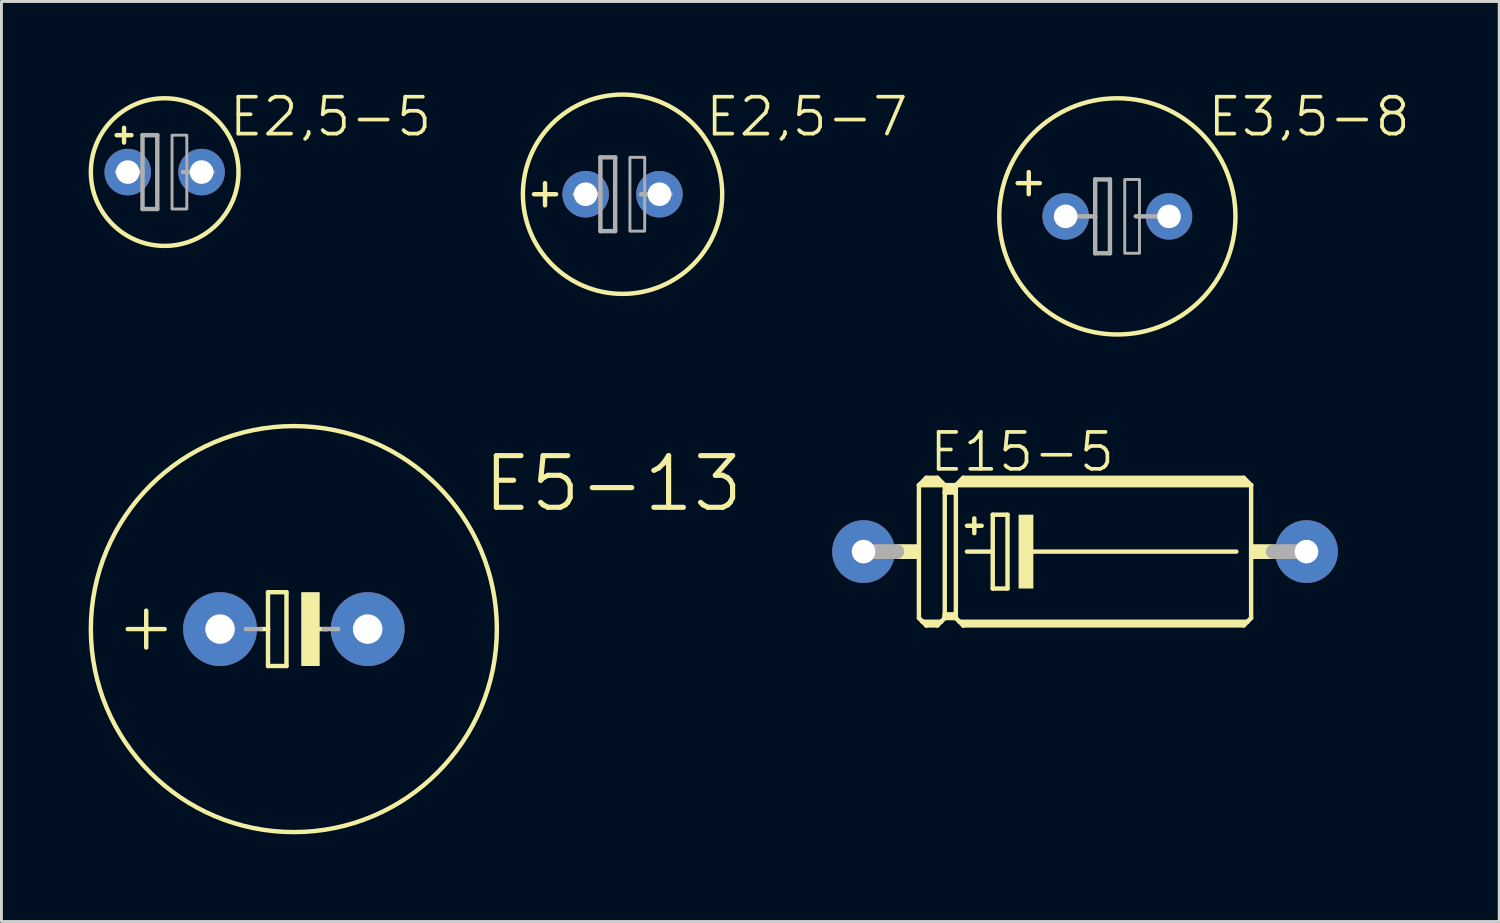
<source format=kicad_pcb>
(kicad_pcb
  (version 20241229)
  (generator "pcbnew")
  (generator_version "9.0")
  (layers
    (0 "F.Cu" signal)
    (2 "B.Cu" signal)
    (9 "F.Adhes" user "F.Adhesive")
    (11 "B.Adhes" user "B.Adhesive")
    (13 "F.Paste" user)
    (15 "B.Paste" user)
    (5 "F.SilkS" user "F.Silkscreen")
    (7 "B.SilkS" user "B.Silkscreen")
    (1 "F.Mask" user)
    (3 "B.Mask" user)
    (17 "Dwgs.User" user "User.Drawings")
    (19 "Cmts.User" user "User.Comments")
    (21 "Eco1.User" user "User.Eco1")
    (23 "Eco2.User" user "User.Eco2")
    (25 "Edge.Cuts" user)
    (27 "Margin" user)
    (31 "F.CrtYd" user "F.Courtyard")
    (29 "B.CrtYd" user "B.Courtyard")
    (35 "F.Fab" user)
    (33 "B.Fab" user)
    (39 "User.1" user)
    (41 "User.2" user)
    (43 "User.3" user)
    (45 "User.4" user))
  (footprint "E2,5-7"
    (layer "F.Cu")
    (at 18.371 3.633)
    (property "Reference" "E2,5-7" (at 6.344 -2.667 0) (layer "F.SilkS") (effects (font (size 1.27 1.27) (thickness 0.127))))
    (attr through_hole)
    (fp_line (start -3.048 0) (end -2.286 0) (stroke (width 0.152) (type solid)) (layer "F.SilkS"))
    (fp_line (start -2.667 0.381) (end -2.667 -0.381) (stroke (width 0.152) (type solid)) (layer "F.SilkS"))
    (fp_circle (center 0 0) (end 3.429 0) (stroke (width 0.152) (type solid)) (fill no) (layer "F.SilkS"))
    (fp_line (start -1.651 0) (end -0.762 0) (stroke (width 0.152) (type solid)) (layer "F.Fab"))
    (fp_line (start -0.762 -1.27) (end -0.762 0) (stroke (width 0.152) (type solid)) (layer "F.Fab"))
    (fp_line (start -0.762 0) (end -0.762 1.27) (stroke (width 0.152) (type solid)) (layer "F.Fab"))
    (fp_line (start -0.762 1.27) (end -0.254 1.27) (stroke (width 0.152) (type solid)) (layer "F.Fab"))
    (fp_line (start -0.254 -1.27) (end -0.762 -1.27) (stroke (width 0.152) (type solid)) (layer "F.Fab"))
    (fp_line (start -0.254 1.27) (end -0.254 -1.27) (stroke (width 0.152) (type solid)) (layer "F.Fab"))
    (fp_line (start 0.635 0) (end 1.651 0) (stroke (width 0.152) (type solid)) (layer "F.Fab"))
    (fp_poly (pts (xy 0.254 -1.27) (xy 0.762 -1.27) (xy 0.762 1.27) (xy 0.254 1.27)) (stroke (width 0.1) (type solid)) (fill no) (layer "F.Fab"))
    (pad "+" thru_hole circle (at -1.27 0) (size 1.6 1.6) (drill 0.813) (layers "*.Cu" "*.Mask"))
    (pad "-" thru_hole circle (at 1.27 0) (size 1.6 1.6) (drill 0.813) (layers "*.Cu" "*.Mask")))
  (footprint "E2,5-5"
    (layer "F.Cu")
    (at 2.616 2.871)
    (property "Reference" "E2,5-5" (at 5.709 -1.905 0) (layer "F.SilkS") (effects (font (size 1.27 1.27) (thickness 0.127))))
    (attr through_hole)
    (fp_line (start -1.651 -1.27) (end -1.397 -1.27) (stroke (width 0.152) (type solid)) (layer "F.SilkS"))
    (fp_line (start -1.397 -1.27) (end -1.397 -1.524) (stroke (width 0.152) (type solid)) (layer "F.SilkS"))
    (fp_line (start -1.397 -1.27) (end -1.143 -1.27) (stroke (width 0.152) (type solid)) (layer "F.SilkS"))
    (fp_line (start -1.397 -1.016) (end -1.397 -1.27) (stroke (width 0.152) (type solid)) (layer "F.SilkS"))
    (fp_circle (center 0 0) (end 2.54 0) (stroke (width 0.152) (type solid)) (fill no) (layer "F.SilkS"))
    (fp_line (start -1.651 0) (end -0.762 0) (stroke (width 0.152) (type solid)) (layer "F.Fab"))
    (fp_line (start -0.762 -1.27) (end -0.762 0) (stroke (width 0.152) (type solid)) (layer "F.Fab"))
    (fp_line (start -0.762 0) (end -0.762 1.27) (stroke (width 0.152) (type solid)) (layer "F.Fab"))
    (fp_line (start -0.762 1.27) (end -0.254 1.27) (stroke (width 0.152) (type solid)) (layer "F.Fab"))
    (fp_line (start -0.254 -1.27) (end -0.762 -1.27) (stroke (width 0.152) (type solid)) (layer "F.Fab"))
    (fp_line (start -0.254 1.27) (end -0.254 -1.27) (stroke (width 0.152) (type solid)) (layer "F.Fab"))
    (fp_line (start 0.635 0) (end 1.651 0) (stroke (width 0.152) (type solid)) (layer "F.Fab"))
    (fp_poly (pts (xy 0.254 -1.27) (xy 0.762 -1.27) (xy 0.762 1.27) (xy 0.254 1.27)) (stroke (width 0.1) (type solid)) (fill no) (layer "F.Fab"))
    (pad "+" thru_hole circle (at -1.27 0) (size 1.6 1.6) (drill 0.813) (layers "*.Cu" "*.Mask"))
    (pad "-" thru_hole circle (at 1.27 0) (size 1.6 1.6) (drill 0.813) (layers "*.Cu" "*.Mask")))
  (footprint "E3,5-8"
    (layer "F.Cu")
    (at 35.396 4.395)
    (property "Reference" "E3,5-8" (at 6.598 -3.429 0) (layer "F.SilkS") (effects (font (size 1.27 1.27) (thickness 0.127))))
    (attr through_hole)
    (fp_line (start -3.429 -1.143) (end -2.667 -1.143) (stroke (width 0.152) (type solid)) (layer "F.SilkS"))
    (fp_line (start -3.048 -0.762) (end -3.048 -1.524) (stroke (width 0.152) (type solid)) (layer "F.SilkS"))
    (fp_circle (center 0 0) (end 4.064 0) (stroke (width 0.152) (type solid)) (fill no) (layer "F.SilkS"))
    (fp_line (start -1.651 0) (end -0.762 0) (stroke (width 0.152) (type solid)) (layer "F.Fab"))
    (fp_line (start -0.762 -1.27) (end -0.762 0) (stroke (width 0.152) (type solid)) (layer "F.Fab"))
    (fp_line (start -0.762 0) (end -0.762 1.27) (stroke (width 0.152) (type solid)) (layer "F.Fab"))
    (fp_line (start -0.762 1.27) (end -0.254 1.27) (stroke (width 0.152) (type solid)) (layer "F.Fab"))
    (fp_line (start -0.254 -1.27) (end -0.762 -1.27) (stroke (width 0.152) (type solid)) (layer "F.Fab"))
    (fp_line (start -0.254 1.27) (end -0.254 -1.27) (stroke (width 0.152) (type solid)) (layer "F.Fab"))
    (fp_line (start 0.635 0) (end 1.651 0) (stroke (width 0.152) (type solid)) (layer "F.Fab"))
    (fp_poly (pts (xy 0.254 -1.27) (xy 0.762 -1.27) (xy 0.762 1.27) (xy 0.254 1.27)) (stroke (width 0.1) (type solid)) (fill no) (layer "F.Fab"))
    (pad "+" thru_hole circle (at -1.778 0) (size 1.6 1.6) (drill 0.813) (layers "*.Cu" "*.Mask"))
    (pad "-" thru_hole circle (at 1.778 0) (size 1.6 1.6) (drill 0.813) (layers "*.Cu" "*.Mask")))
  (footprint "E5-13"
    (layer "F.Cu")
    (at 7.061 18.596)
    (property "Reference" "E5-13" (at 10.99 -5.004 0) (layer "F.SilkS") (effects (font (size 1.778 1.778) (thickness 0.178))))
    (attr through_hole)
    (fp_line (start -5.715 0) (end -4.445 0) (stroke (width 0.152) (type solid)) (layer "F.SilkS"))
    (fp_line (start -5.08 0.635) (end -5.08 -0.635) (stroke (width 0.152) (type solid)) (layer "F.SilkS"))
    (fp_line (start -1.143 0) (end -0.889 0) (stroke (width 0.152) (type solid)) (layer "F.SilkS"))
    (fp_line (start -0.889 -1.27) (end -0.889 0) (stroke (width 0.152) (type solid)) (layer "F.SilkS"))
    (fp_line (start -0.889 0) (end -0.889 1.27) (stroke (width 0.152) (type solid)) (layer "F.SilkS"))
    (fp_line (start -0.889 1.27) (end -0.254 1.27) (stroke (width 0.152) (type solid)) (layer "F.SilkS"))
    (fp_line (start -0.254 -1.27) (end -0.889 -1.27) (stroke (width 0.152) (type solid)) (layer "F.SilkS"))
    (fp_line (start -0.254 1.27) (end -0.254 -1.27) (stroke (width 0.152) (type solid)) (layer "F.SilkS"))
    (fp_line (start 0.635 0) (end 1.143 0) (stroke (width 0.152) (type solid)) (layer "F.SilkS"))
    (fp_circle (center 0 0) (end 6.985 0) (stroke (width 0.152) (type solid)) (fill no) (layer "F.SilkS"))
    (fp_poly (pts (xy 0.254 -1.27) (xy 0.889 -1.27) (xy 0.889 1.27) (xy 0.254 1.27)) (stroke (width 0) (type solid)) (fill yes) (layer "F.SilkS"))
    (fp_line (start -1.651 0) (end -1.143 0) (stroke (width 0.152) (type solid)) (layer "F.Fab"))
    (fp_line (start 1.016 0) (end 1.524 0) (stroke (width 0.152) (type solid)) (layer "F.Fab"))
    (pad "+" thru_hole circle (at -2.54 0) (size 2.54 2.54) (drill 1.016) (layers "*.Cu" "*.Mask"))
    (pad "-" thru_hole circle (at 2.54 0) (size 2.54 2.54) (drill 1.016) (layers "*.Cu" "*.Mask")))
  (footprint "E15-5"
    (layer "F.Cu")
    (at 34.284 15.93)
    (property "Reference" "E15-5" (at -2.165 -3.429 0) (layer "F.SilkS") (effects (font (size 1.27 1.27) (thickness 0.127))))
    (attr through_hole)
    (fp_line (start -5.715 -2.286) (end -4.826 -2.286) (stroke (width 0.152) (type solid)) (layer "F.SilkS"))
    (fp_line (start -5.715 2.286) (end -5.715 -2.286) (stroke (width 0.152) (type solid)) (layer "F.SilkS"))
    (fp_line (start -5.715 2.286) (end -5.588 2.413) (stroke (width 0.152) (type solid)) (layer "F.SilkS"))
    (fp_line (start -5.588 2.413) (end -5.461 2.54) (stroke (width 0.152) (type solid)) (layer "F.SilkS"))
    (fp_line (start -5.588 2.413) (end -4.953 2.413) (stroke (width 0.152) (type solid)) (layer "F.SilkS"))
    (fp_line (start -5.461 -2.54) (end -5.715 -2.286) (stroke (width 0.152) (type solid)) (layer "F.SilkS"))
    (fp_line (start -5.461 -2.54) (end -5.08 -2.54) (stroke (width 0.152) (type solid)) (layer "F.SilkS"))
    (fp_line (start -5.461 -2.413) (end -5.08 -2.413) (stroke (width 0.305) (type solid)) (layer "F.SilkS"))
    (fp_line (start -5.461 2.489) (end -5.461 2.54) (stroke (width 0.152) (type solid)) (layer "F.SilkS"))
    (fp_line (start -5.461 2.54) (end -5.08 2.54) (stroke (width 0.152) (type solid)) (layer "F.SilkS"))
    (fp_line (start -5.08 -2.54) (end -4.826 -2.286) (stroke (width 0.152) (type solid)) (layer "F.SilkS"))
    (fp_line (start -5.08 2.489) (end -5.461 2.489) (stroke (width 0.152) (type solid)) (layer "F.SilkS"))
    (fp_line (start -5.08 2.54) (end -4.953 2.413) (stroke (width 0.152) (type solid)) (layer "F.SilkS"))
    (fp_line (start -4.953 2.413) (end -4.826 2.286) (stroke (width 0.152) (type solid)) (layer "F.SilkS"))
    (fp_line (start -4.826 -2.286) (end -4.826 -2.032) (stroke (width 0.152) (type solid)) (layer "F.SilkS"))
    (fp_line (start -4.826 -2.286) (end -4.445 -2.286) (stroke (width 0.152) (type solid)) (layer "F.SilkS"))
    (fp_line (start -4.826 -2.032) (end -4.826 2.159) (stroke (width 0.152) (type solid)) (layer "F.SilkS"))
    (fp_line (start -4.826 -2.032) (end -4.445 -2.032) (stroke (width 0.152) (type solid)) (layer "F.SilkS"))
    (fp_line (start -4.826 2.159) (end -4.826 2.235) (stroke (width 0.152) (type solid)) (layer "F.SilkS"))
    (fp_line (start -4.826 2.159) (end -4.445 2.159) (stroke (width 0.152) (type solid)) (layer "F.SilkS"))
    (fp_line (start -4.826 2.235) (end -4.826 2.286) (stroke (width 0.152) (type solid)) (layer "F.SilkS"))
    (fp_line (start -4.826 2.286) (end -4.445 2.286) (stroke (width 0.152) (type solid)) (layer "F.SilkS"))
    (fp_line (start -4.699 -2.159) (end -4.572 -2.159) (stroke (width 0.305) (type solid)) (layer "F.SilkS"))
    (fp_line (start -4.445 -2.286) (end -4.445 -2.032) (stroke (width 0.152) (type solid)) (layer "F.SilkS"))
    (fp_line (start -4.445 -2.286) (end -4.191 -2.54) (stroke (width 0.152) (type solid)) (layer "F.SilkS"))
    (fp_line (start -4.445 -2.286) (end 5.715 -2.286) (stroke (width 0.152) (type solid)) (layer "F.SilkS"))
    (fp_line (start -4.445 -2.032) (end -4.445 2.159) (stroke (width 0.152) (type solid)) (layer "F.SilkS"))
    (fp_line (start -4.445 2.159) (end -4.445 2.235) (stroke (width 0.152) (type solid)) (layer "F.SilkS"))
    (fp_line (start -4.445 2.235) (end -4.826 2.235) (stroke (width 0.152) (type solid)) (layer "F.SilkS"))
    (fp_line (start -4.445 2.235) (end -4.445 2.286) (stroke (width 0.152) (type solid)) (layer "F.SilkS"))
    (fp_line (start -4.445 2.286) (end -4.318 2.413) (stroke (width 0.152) (type solid)) (layer "F.SilkS"))
    (fp_line (start -4.318 2.413) (end -4.191 2.54) (stroke (width 0.152) (type solid)) (layer "F.SilkS"))
    (fp_line (start -4.318 2.413) (end 5.588 2.413) (stroke (width 0.152) (type solid)) (layer "F.SilkS"))
    (fp_line (start -4.191 -2.54) (end 5.461 -2.54) (stroke (width 0.152) (type solid)) (layer "F.SilkS"))
    (fp_line (start -4.191 -2.413) (end 5.461 -2.413) (stroke (width 0.305) (type solid)) (layer "F.SilkS"))
    (fp_line (start -4.191 2.489) (end -4.191 2.54) (stroke (width 0.152) (type solid)) (layer "F.SilkS"))
    (fp_line (start -4.191 2.54) (end 5.461 2.54) (stroke (width 0.152) (type solid)) (layer "F.SilkS"))
    (fp_line (start -4.064 -0.889) (end -3.556 -0.889) (stroke (width 0.152) (type solid)) (layer "F.SilkS"))
    (fp_line (start -4.064 0) (end -3.175 0) (stroke (width 0.152) (type solid)) (layer "F.SilkS"))
    (fp_line (start -3.81 -1.143) (end -3.81 -0.635) (stroke (width 0.152) (type solid)) (layer "F.SilkS"))
    (fp_line (start -3.175 -1.27) (end -3.175 0) (stroke (width 0.152) (type solid)) (layer "F.SilkS"))
    (fp_line (start -3.175 0) (end -3.175 1.27) (stroke (width 0.152) (type solid)) (layer "F.SilkS"))
    (fp_line (start -3.175 1.27) (end -2.667 1.27) (stroke (width 0.152) (type solid)) (layer "F.SilkS"))
    (fp_line (start -2.667 -1.27) (end -3.175 -1.27) (stroke (width 0.152) (type solid)) (layer "F.SilkS"))
    (fp_line (start -2.667 1.27) (end -2.667 -1.27) (stroke (width 0.152) (type solid)) (layer "F.SilkS"))
    (fp_line (start -1.905 0) (end 5.207 0) (stroke (width 0.152) (type solid)) (layer "F.SilkS"))
    (fp_line (start 5.461 2.489) (end -4.191 2.489) (stroke (width 0.152) (type solid)) (layer "F.SilkS"))
    (fp_line (start 5.588 2.413) (end 5.461 2.54) (stroke (width 0.152) (type solid)) (layer "F.SilkS"))
    (fp_line (start 5.715 -2.286) (end 5.461 -2.54) (stroke (width 0.152) (type solid)) (layer "F.SilkS"))
    (fp_line (start 5.715 -2.286) (end 5.715 2.286) (stroke (width 0.152) (type solid)) (layer "F.SilkS"))
    (fp_line (start 5.715 2.286) (end 5.588 2.413) (stroke (width 0.152) (type solid)) (layer "F.SilkS"))
    (fp_poly (pts (xy -6.477 -0.254) (xy -5.715 -0.254) (xy -5.715 0.254) (xy -6.477 0.254)) (stroke (width 0) (type solid)) (fill yes) (layer "F.SilkS"))
    (fp_poly (pts (xy -2.286 -1.27) (xy -1.778 -1.27) (xy -1.778 1.27) (xy -2.286 1.27)) (stroke (width 0) (type solid)) (fill yes) (layer "F.SilkS"))
    (fp_poly (pts (xy 5.715 -0.254) (xy 6.477 -0.254) (xy 6.477 0.254) (xy 5.715 0.254)) (stroke (width 0) (type solid)) (fill yes) (layer "F.SilkS"))
    (fp_line (start -7.62 0) (end -6.477 0) (stroke (width 0.508) (type solid)) (layer "F.Fab"))
    (fp_line (start 7.62 0) (end 6.477 0) (stroke (width 0.508) (type solid)) (layer "F.Fab"))
    (pad "+" thru_hole circle (at -7.62 0) (size 2.159 2.159) (drill 0.813) (layers "*.Cu" "*.Mask"))
    (pad "-" thru_hole circle (at 7.62 0) (size 2.159 2.159) (drill 0.813) (layers "*.Cu" "*.Mask")))
  (gr_rect
    (start -3 -3)
    (end 48.535 28.657)
    (stroke (width 0.1) (type default))
    (fill no)
    (layer "Edge.Cuts")))
</source>
